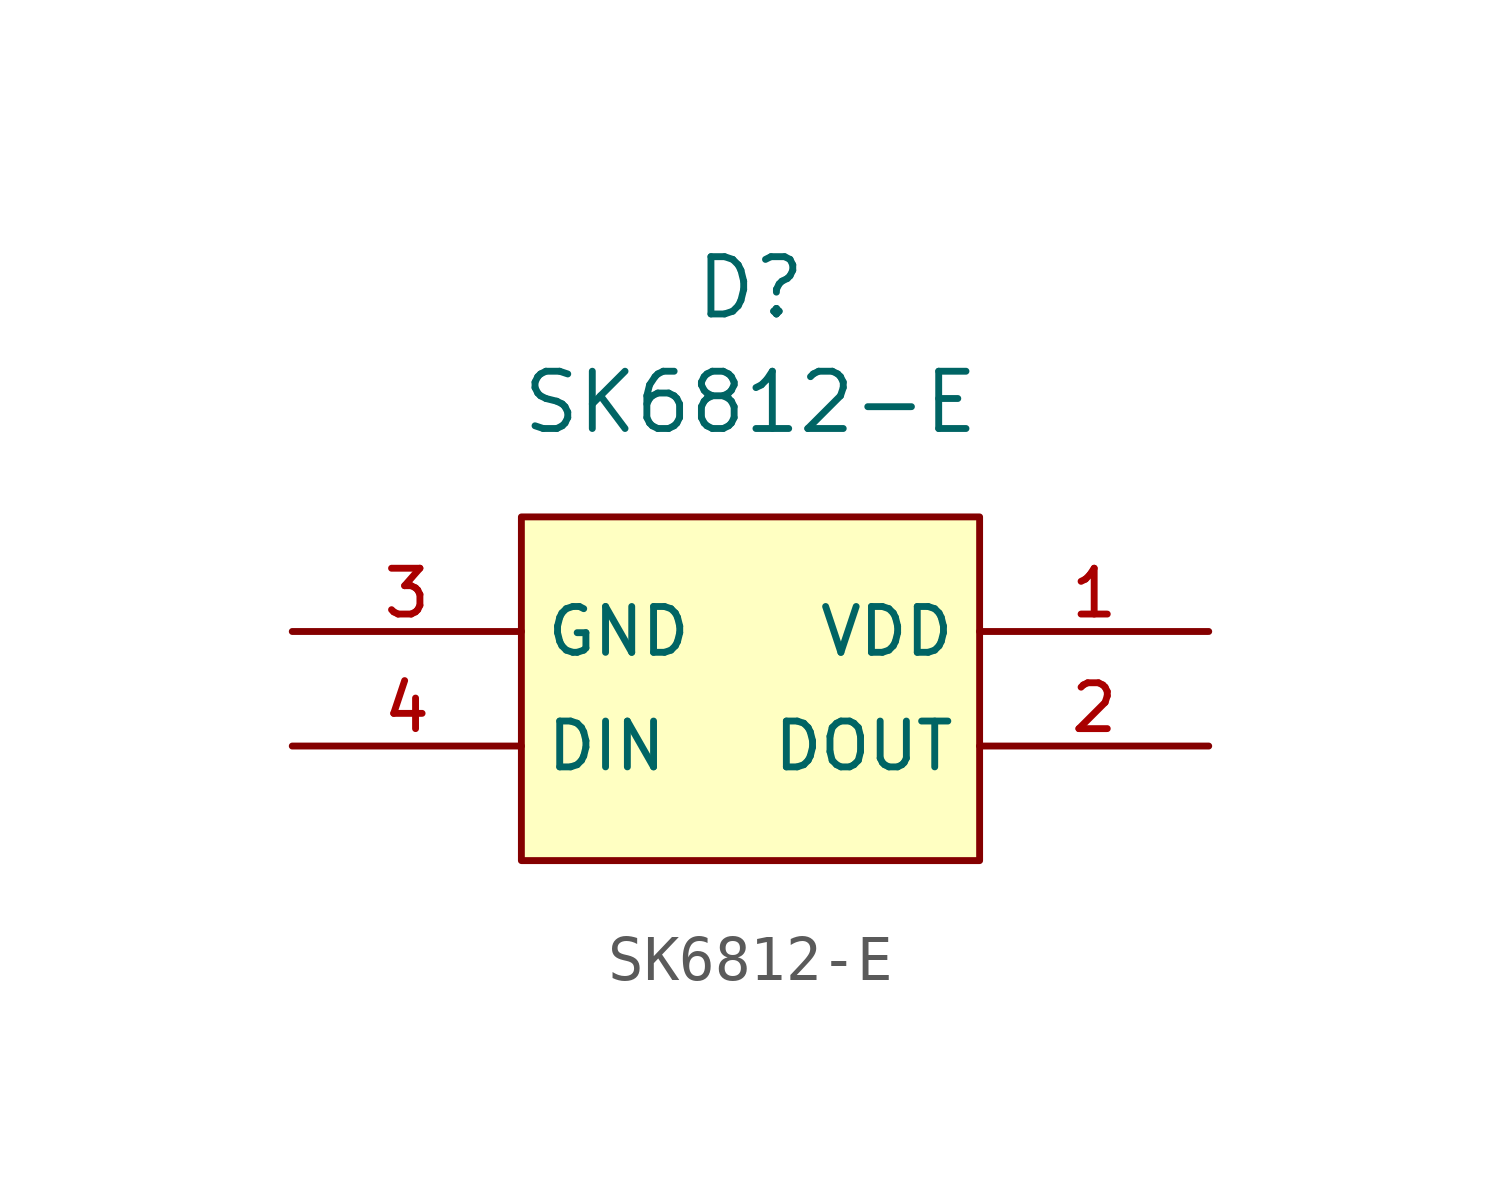
<source format=kicad_sym>
(kicad_symbol_lib
  (version 20231120)
  (generator "kicad_symbol_editor")
  (generator_version "8.0")
  (symbol "SK6812-E"
    (property "Reference" "D"
      (at 0 5.08 0)
      (effects (font (size 1.27 1.27))))
    (property "Value" "SK6812-E"
      (at 0 2.54 0)
      (effects (font (size 1.27 1.27))))
    (symbol "SK6812-E_0_0"
      (pin power_in line (at 10.16 -2.54 180) (length 5.08) (name "VDD" (effects (font (size 1.016 1.016)))) (number "1" (effects (font (size 1.016 1.016)))))
      (pin output line (at 10.16 -5.08 180) (length 5.08) (name "DOUT" (effects (font (size 1.016 1.016)))) (number "2" (effects (font (size 1.016 1.016)))))
      (pin power_in line (at -10.16 -2.54 0) (length 5.08) (name "GND" (effects (font (size 1.016 1.016)))) (number "3" (effects (font (size 1.016 1.016)))))
      (pin input line (at -10.16 -5.08 0) (length 5.08) (name "DIN" (effects (font (size 1.016 1.016)))) (number "4" (effects (font (size 1.016 1.016))))))
    (symbol "SK6812-E_1_1"
      (rectangle (start -5.08 0) (end 5.08 -7.62) (stroke (width 0) (type default)) (fill (type background))))))
</source>
